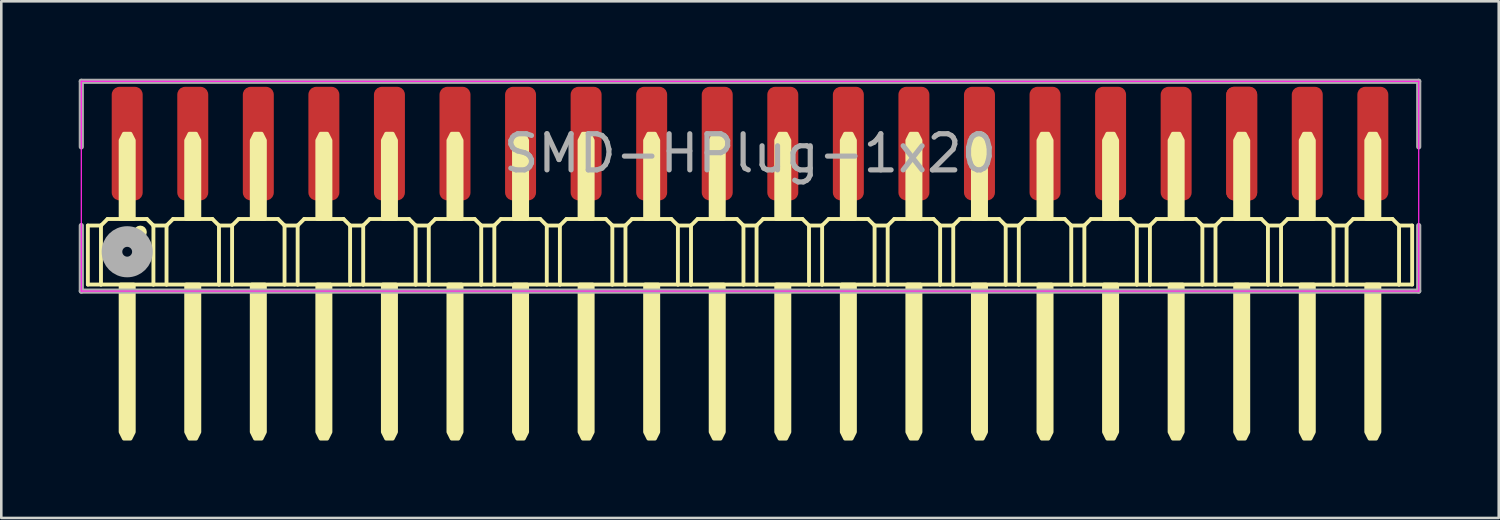
<source format=kicad_pcb>
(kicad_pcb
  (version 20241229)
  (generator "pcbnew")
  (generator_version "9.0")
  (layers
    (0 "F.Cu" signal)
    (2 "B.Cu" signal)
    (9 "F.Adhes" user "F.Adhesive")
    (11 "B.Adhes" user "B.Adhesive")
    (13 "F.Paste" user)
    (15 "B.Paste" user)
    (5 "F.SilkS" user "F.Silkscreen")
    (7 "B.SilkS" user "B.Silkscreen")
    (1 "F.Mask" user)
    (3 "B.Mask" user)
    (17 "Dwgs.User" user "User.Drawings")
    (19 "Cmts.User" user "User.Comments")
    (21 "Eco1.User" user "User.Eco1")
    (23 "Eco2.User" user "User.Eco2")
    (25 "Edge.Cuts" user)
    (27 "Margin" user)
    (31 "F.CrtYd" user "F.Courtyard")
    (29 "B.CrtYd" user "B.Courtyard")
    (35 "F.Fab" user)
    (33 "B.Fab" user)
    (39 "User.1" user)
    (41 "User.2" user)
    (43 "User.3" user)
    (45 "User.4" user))
  (footprint "SMD-HPlug-1x20"
    (layer "F.Cu")
    (at 26.008 6.704)
    (property "Reference" "SMD-HPlug-1x20" (at 0 -3.81 180) (layer "F.Fab") (effects (font (size 1.4 1.4) (thickness 0.2))))
    (attr through_hole)
    (fp_line (start -25.654 -1.016) (end -25.654 1.27) (stroke (width 0.15) (type solid)) (layer "F.SilkS"))
    (fp_line (start -25.146 -1.016) (end -25.654 -1.016) (stroke (width 0.15) (type solid)) (layer "F.SilkS"))
    (fp_line (start -25.146 -1.016) (end -25.146 1.27) (stroke (width 0.15) (type solid)) (layer "F.SilkS"))
    (fp_line (start -25.146 1.27) (end -25.654 1.27) (stroke (width 0.15) (type solid)) (layer "F.SilkS"))
    (fp_line (start -25.146 1.27) (end -23.114 1.27) (stroke (width 0.15) (type solid)) (layer "F.SilkS"))
    (fp_line (start -24.892 -1.27) (end -25.146 -1.016) (stroke (width 0.15) (type solid)) (layer "F.SilkS"))
    (fp_line (start -23.368 -1.27) (end -24.892 -1.27) (stroke (width 0.15) (type solid)) (layer "F.SilkS"))
    (fp_line (start -23.114 -1.016) (end -23.368 -1.27) (stroke (width 0.15) (type solid)) (layer "F.SilkS"))
    (fp_line (start -23.114 1.27) (end -23.114 -1.016) (stroke (width 0.15) (type solid)) (layer "F.SilkS"))
    (fp_line (start -22.606 -1.016) (end -23.114 -1.016) (stroke (width 0.15) (type solid)) (layer "F.SilkS"))
    (fp_line (start -22.606 -1.016) (end -22.606 1.27) (stroke (width 0.15) (type solid)) (layer "F.SilkS"))
    (fp_line (start -22.606 1.27) (end -23.114 1.27) (stroke (width 0.15) (type solid)) (layer "F.SilkS"))
    (fp_line (start -22.606 1.27) (end -20.574 1.27) (stroke (width 0.15) (type solid)) (layer "F.SilkS"))
    (fp_line (start -22.352 -1.27) (end -22.606 -1.016) (stroke (width 0.15) (type solid)) (layer "F.SilkS"))
    (fp_line (start -20.828 -1.27) (end -22.352 -1.27) (stroke (width 0.15) (type solid)) (layer "F.SilkS"))
    (fp_line (start -20.574 -1.016) (end -20.828 -1.27) (stroke (width 0.15) (type solid)) (layer "F.SilkS"))
    (fp_line (start -20.574 1.27) (end -20.574 -1.016) (stroke (width 0.15) (type solid)) (layer "F.SilkS"))
    (fp_line (start -20.066 -1.016) (end -20.574 -1.016) (stroke (width 0.15) (type solid)) (layer "F.SilkS"))
    (fp_line (start -20.066 -1.016) (end -20.066 1.27) (stroke (width 0.15) (type solid)) (layer "F.SilkS"))
    (fp_line (start -20.066 1.27) (end -20.574 1.27) (stroke (width 0.15) (type solid)) (layer "F.SilkS"))
    (fp_line (start -20.066 1.27) (end -18.034 1.27) (stroke (width 0.15) (type solid)) (layer "F.SilkS"))
    (fp_line (start -19.812 -1.27) (end -20.066 -1.016) (stroke (width 0.15) (type solid)) (layer "F.SilkS"))
    (fp_line (start -18.288 -1.27) (end -19.812 -1.27) (stroke (width 0.15) (type solid)) (layer "F.SilkS"))
    (fp_line (start -18.034 -1.016) (end -18.288 -1.27) (stroke (width 0.15) (type solid)) (layer "F.SilkS"))
    (fp_line (start -18.034 1.27) (end -18.034 -1.016) (stroke (width 0.15) (type solid)) (layer "F.SilkS"))
    (fp_line (start -17.526 -1.016) (end -18.034 -1.016) (stroke (width 0.15) (type solid)) (layer "F.SilkS"))
    (fp_line (start -17.526 -1.016) (end -17.526 1.27) (stroke (width 0.15) (type solid)) (layer "F.SilkS"))
    (fp_line (start -17.526 1.27) (end -18.034 1.27) (stroke (width 0.15) (type solid)) (layer "F.SilkS"))
    (fp_line (start -17.526 1.27) (end -15.494 1.27) (stroke (width 0.15) (type solid)) (layer "F.SilkS"))
    (fp_line (start -17.272 -1.27) (end -17.526 -1.016) (stroke (width 0.15) (type solid)) (layer "F.SilkS"))
    (fp_line (start -15.748 -1.27) (end -17.272 -1.27) (stroke (width 0.15) (type solid)) (layer "F.SilkS"))
    (fp_line (start -15.494 -1.016) (end -15.748 -1.27) (stroke (width 0.15) (type solid)) (layer "F.SilkS"))
    (fp_line (start -15.494 1.27) (end -15.494 -1.016) (stroke (width 0.15) (type solid)) (layer "F.SilkS"))
    (fp_line (start -14.986 -1.016) (end -15.494 -1.016) (stroke (width 0.15) (type solid)) (layer "F.SilkS"))
    (fp_line (start -14.986 -1.016) (end -14.986 1.27) (stroke (width 0.15) (type solid)) (layer "F.SilkS"))
    (fp_line (start -14.986 1.27) (end -15.494 1.27) (stroke (width 0.15) (type solid)) (layer "F.SilkS"))
    (fp_line (start -14.986 1.27) (end -12.954 1.27) (stroke (width 0.15) (type solid)) (layer "F.SilkS"))
    (fp_line (start -14.732 -1.27) (end -14.986 -1.016) (stroke (width 0.15) (type solid)) (layer "F.SilkS"))
    (fp_line (start -13.208 -1.27) (end -14.732 -1.27) (stroke (width 0.15) (type solid)) (layer "F.SilkS"))
    (fp_line (start -12.954 -1.016) (end -13.208 -1.27) (stroke (width 0.15) (type solid)) (layer "F.SilkS"))
    (fp_line (start -12.954 1.27) (end -12.954 -1.016) (stroke (width 0.15) (type solid)) (layer "F.SilkS"))
    (fp_line (start -12.446 -1.016) (end -12.954 -1.016) (stroke (width 0.15) (type solid)) (layer "F.SilkS"))
    (fp_line (start -12.446 -1.016) (end -12.446 1.27) (stroke (width 0.15) (type solid)) (layer "F.SilkS"))
    (fp_line (start -12.446 1.27) (end -12.954 1.27) (stroke (width 0.15) (type solid)) (layer "F.SilkS"))
    (fp_line (start -12.446 1.27) (end -10.414 1.27) (stroke (width 0.15) (type solid)) (layer "F.SilkS"))
    (fp_line (start -12.192 -1.27) (end -12.446 -1.016) (stroke (width 0.15) (type solid)) (layer "F.SilkS"))
    (fp_line (start -10.668 -1.27) (end -12.192 -1.27) (stroke (width 0.15) (type solid)) (layer "F.SilkS"))
    (fp_line (start -10.414 -1.016) (end -10.668 -1.27) (stroke (width 0.15) (type solid)) (layer "F.SilkS"))
    (fp_line (start -10.414 1.27) (end -10.414 -1.016) (stroke (width 0.15) (type solid)) (layer "F.SilkS"))
    (fp_line (start -10.414 1.27) (end -9.906 1.27) (stroke (width 0.15) (type solid)) (layer "F.SilkS"))
    (fp_line (start -9.906 -1.016) (end -10.414 -1.016) (stroke (width 0.15) (type solid)) (layer "F.SilkS"))
    (fp_line (start -9.906 -1.016) (end -9.906 1.27) (stroke (width 0.15) (type solid)) (layer "F.SilkS"))
    (fp_line (start -9.906 1.27) (end -7.874 1.27) (stroke (width 0.15) (type solid)) (layer "F.SilkS"))
    (fp_line (start -9.652 -1.27) (end -9.906 -1.016) (stroke (width 0.15) (type solid)) (layer "F.SilkS"))
    (fp_line (start -8.128 -1.27) (end -9.652 -1.27) (stroke (width 0.15) (type solid)) (layer "F.SilkS"))
    (fp_line (start -7.874 -1.016) (end -8.128 -1.27) (stroke (width 0.15) (type solid)) (layer "F.SilkS"))
    (fp_line (start -7.874 1.27) (end -7.874 -1.016) (stroke (width 0.15) (type solid)) (layer "F.SilkS"))
    (fp_line (start -7.366 -1.016) (end -7.874 -1.016) (stroke (width 0.15) (type solid)) (layer "F.SilkS"))
    (fp_line (start -7.366 -1.016) (end -7.366 1.27) (stroke (width 0.15) (type solid)) (layer "F.SilkS"))
    (fp_line (start -7.366 1.27) (end -7.874 1.27) (stroke (width 0.15) (type solid)) (layer "F.SilkS"))
    (fp_line (start -7.366 1.27) (end -5.334 1.27) (stroke (width 0.15) (type solid)) (layer "F.SilkS"))
    (fp_line (start -7.112 -1.27) (end -7.366 -1.016) (stroke (width 0.15) (type solid)) (layer "F.SilkS"))
    (fp_line (start -5.588 -1.27) (end -7.112 -1.27) (stroke (width 0.15) (type solid)) (layer "F.SilkS"))
    (fp_line (start -5.334 -1.016) (end -5.588 -1.27) (stroke (width 0.15) (type solid)) (layer "F.SilkS"))
    (fp_line (start -5.334 1.27) (end -5.334 -1.016) (stroke (width 0.15) (type solid)) (layer "F.SilkS"))
    (fp_line (start -5.334 1.27) (end -4.826 1.27) (stroke (width 0.15) (type solid)) (layer "F.SilkS"))
    (fp_line (start -4.826 -1.016) (end -5.334 -1.016) (stroke (width 0.15) (type solid)) (layer "F.SilkS"))
    (fp_line (start -4.826 -1.016) (end -4.826 1.27) (stroke (width 0.15) (type solid)) (layer "F.SilkS"))
    (fp_line (start -4.826 1.27) (end -2.794 1.27) (stroke (width 0.15) (type solid)) (layer "F.SilkS"))
    (fp_line (start -4.572 -1.27) (end -4.826 -1.016) (stroke (width 0.15) (type solid)) (layer "F.SilkS"))
    (fp_line (start -3.048 -1.27) (end -4.572 -1.27) (stroke (width 0.15) (type solid)) (layer "F.SilkS"))
    (fp_line (start -2.794 -1.016) (end -3.048 -1.27) (stroke (width 0.15) (type solid)) (layer "F.SilkS"))
    (fp_line (start -2.794 1.27) (end -2.794 -1.016) (stroke (width 0.15) (type solid)) (layer "F.SilkS"))
    (fp_line (start -2.286 -1.016) (end -2.794 -1.016) (stroke (width 0.15) (type solid)) (layer "F.SilkS"))
    (fp_line (start -2.286 -1.016) (end -2.286 1.27) (stroke (width 0.15) (type solid)) (layer "F.SilkS"))
    (fp_line (start -2.286 1.27) (end -2.794 1.27) (stroke (width 0.15) (type solid)) (layer "F.SilkS"))
    (fp_line (start -2.286 1.27) (end -0.254 1.27) (stroke (width 0.15) (type solid)) (layer "F.SilkS"))
    (fp_line (start -2.032 -1.27) (end -2.286 -1.016) (stroke (width 0.15) (type solid)) (layer "F.SilkS"))
    (fp_line (start -0.508 -1.27) (end -2.032 -1.27) (stroke (width 0.15) (type solid)) (layer "F.SilkS"))
    (fp_line (start -0.254 -1.016) (end -0.508 -1.27) (stroke (width 0.15) (type solid)) (layer "F.SilkS"))
    (fp_line (start -0.254 1.27) (end -0.254 -1.016) (stroke (width 0.15) (type solid)) (layer "F.SilkS"))
    (fp_line (start 0.254 -1.016) (end -0.254 -1.016) (stroke (width 0.15) (type solid)) (layer "F.SilkS"))
    (fp_line (start 0.254 -1.016) (end 0.254 1.27) (stroke (width 0.15) (type solid)) (layer "F.SilkS"))
    (fp_line (start 0.254 1.27) (end -0.254 1.27) (stroke (width 0.15) (type solid)) (layer "F.SilkS"))
    (fp_line (start 0.254 1.27) (end 2.286 1.27) (stroke (width 0.15) (type solid)) (layer "F.SilkS"))
    (fp_line (start 0.508 -1.27) (end 0.254 -1.016) (stroke (width 0.15) (type solid)) (layer "F.SilkS"))
    (fp_line (start 2.032 -1.27) (end 0.508 -1.27) (stroke (width 0.15) (type solid)) (layer "F.SilkS"))
    (fp_line (start 2.286 -1.016) (end 2.032 -1.27) (stroke (width 0.15) (type solid)) (layer "F.SilkS"))
    (fp_line (start 2.286 1.27) (end 2.286 -1.016) (stroke (width 0.15) (type solid)) (layer "F.SilkS"))
    (fp_line (start 2.794 -1.016) (end 2.286 -1.016) (stroke (width 0.15) (type solid)) (layer "F.SilkS"))
    (fp_line (start 2.794 -1.016) (end 2.794 1.27) (stroke (width 0.15) (type solid)) (layer "F.SilkS"))
    (fp_line (start 2.794 1.27) (end 2.286 1.27) (stroke (width 0.15) (type solid)) (layer "F.SilkS"))
    (fp_line (start 2.794 1.27) (end 4.826 1.27) (stroke (width 0.15) (type solid)) (layer "F.SilkS"))
    (fp_line (start 3.048 -1.27) (end 2.794 -1.016) (stroke (width 0.15) (type solid)) (layer "F.SilkS"))
    (fp_line (start 4.572 -1.27) (end 3.048 -1.27) (stroke (width 0.15) (type solid)) (layer "F.SilkS"))
    (fp_line (start 4.826 -1.016) (end 4.572 -1.27) (stroke (width 0.15) (type solid)) (layer "F.SilkS"))
    (fp_line (start 4.826 1.27) (end 4.826 -1.016) (stroke (width 0.15) (type solid)) (layer "F.SilkS"))
    (fp_line (start 5.334 -1.016) (end 4.826 -1.016) (stroke (width 0.15) (type solid)) (layer "F.SilkS"))
    (fp_line (start 5.334 -1.016) (end 5.334 1.27) (stroke (width 0.15) (type solid)) (layer "F.SilkS"))
    (fp_line (start 5.334 1.27) (end 4.826 1.27) (stroke (width 0.15) (type solid)) (layer "F.SilkS"))
    (fp_line (start 5.334 1.27) (end 7.366 1.27) (stroke (width 0.15) (type solid)) (layer "F.SilkS"))
    (fp_line (start 5.588 -1.27) (end 5.334 -1.016) (stroke (width 0.15) (type solid)) (layer "F.SilkS"))
    (fp_line (start 7.112 -1.27) (end 5.588 -1.27) (stroke (width 0.15) (type solid)) (layer "F.SilkS"))
    (fp_line (start 7.366 -1.016) (end 7.112 -1.27) (stroke (width 0.15) (type solid)) (layer "F.SilkS"))
    (fp_line (start 7.366 1.27) (end 7.366 -1.016) (stroke (width 0.15) (type solid)) (layer "F.SilkS"))
    (fp_line (start 7.874 -1.016) (end 7.366 -1.016) (stroke (width 0.15) (type solid)) (layer "F.SilkS"))
    (fp_line (start 7.874 -1.016) (end 7.874 1.27) (stroke (width 0.15) (type solid)) (layer "F.SilkS"))
    (fp_line (start 7.874 1.27) (end 7.366 1.27) (stroke (width 0.15) (type solid)) (layer "F.SilkS"))
    (fp_line (start 7.874 1.27) (end 9.906 1.27) (stroke (width 0.15) (type solid)) (layer "F.SilkS"))
    (fp_line (start 8.128 -1.27) (end 7.874 -1.016) (stroke (width 0.15) (type solid)) (layer "F.SilkS"))
    (fp_line (start 9.652 -1.27) (end 8.128 -1.27) (stroke (width 0.15) (type solid)) (layer "F.SilkS"))
    (fp_line (start 9.906 -1.016) (end 9.652 -1.27) (stroke (width 0.15) (type solid)) (layer "F.SilkS"))
    (fp_line (start 9.906 1.27) (end 9.906 -1.016) (stroke (width 0.15) (type solid)) (layer "F.SilkS"))
    (fp_line (start 10.414 -1.016) (end 9.906 -1.016) (stroke (width 0.15) (type solid)) (layer "F.SilkS"))
    (fp_line (start 10.414 -1.016) (end 10.414 1.27) (stroke (width 0.15) (type solid)) (layer "F.SilkS"))
    (fp_line (start 10.414 1.27) (end 9.906 1.27) (stroke (width 0.15) (type solid)) (layer "F.SilkS"))
    (fp_line (start 10.414 1.27) (end 12.446 1.27) (stroke (width 0.15) (type solid)) (layer "F.SilkS"))
    (fp_line (start 10.668 -1.27) (end 10.414 -1.016) (stroke (width 0.15) (type solid)) (layer "F.SilkS"))
    (fp_line (start 12.192 -1.27) (end 10.668 -1.27) (stroke (width 0.15) (type solid)) (layer "F.SilkS"))
    (fp_line (start 12.446 -1.016) (end 12.192 -1.27) (stroke (width 0.15) (type solid)) (layer "F.SilkS"))
    (fp_line (start 12.446 1.27) (end 12.446 -1.016) (stroke (width 0.15) (type solid)) (layer "F.SilkS"))
    (fp_line (start 12.954 -1.016) (end 12.446 -1.016) (stroke (width 0.15) (type solid)) (layer "F.SilkS"))
    (fp_line (start 12.954 -1.016) (end 12.954 1.27) (stroke (width 0.15) (type solid)) (layer "F.SilkS"))
    (fp_line (start 12.954 1.27) (end 12.446 1.27) (stroke (width 0.15) (type solid)) (layer "F.SilkS"))
    (fp_line (start 12.954 1.27) (end 14.986 1.27) (stroke (width 0.15) (type solid)) (layer "F.SilkS"))
    (fp_line (start 13.208 -1.27) (end 12.954 -1.016) (stroke (width 0.15) (type solid)) (layer "F.SilkS"))
    (fp_line (start 14.732 -1.27) (end 13.208 -1.27) (stroke (width 0.15) (type solid)) (layer "F.SilkS"))
    (fp_line (start 14.986 -1.016) (end 14.732 -1.27) (stroke (width 0.15) (type solid)) (layer "F.SilkS"))
    (fp_line (start 14.986 1.27) (end 14.986 -1.016) (stroke (width 0.15) (type solid)) (layer "F.SilkS"))
    (fp_line (start 14.986 1.27) (end 15.494 1.27) (stroke (width 0.15) (type solid)) (layer "F.SilkS"))
    (fp_line (start 15.494 -1.016) (end 14.986 -1.016) (stroke (width 0.15) (type solid)) (layer "F.SilkS"))
    (fp_line (start 15.494 -1.016) (end 15.494 1.27) (stroke (width 0.15) (type solid)) (layer "F.SilkS"))
    (fp_line (start 15.494 1.27) (end 17.526 1.27) (stroke (width 0.15) (type solid)) (layer "F.SilkS"))
    (fp_line (start 15.748 -1.27) (end 15.494 -1.016) (stroke (width 0.15) (type solid)) (layer "F.SilkS"))
    (fp_line (start 17.272 -1.27) (end 15.748 -1.27) (stroke (width 0.15) (type solid)) (layer "F.SilkS"))
    (fp_line (start 17.526 -1.016) (end 17.272 -1.27) (stroke (width 0.15) (type solid)) (layer "F.SilkS"))
    (fp_line (start 17.526 1.27) (end 17.526 -1.016) (stroke (width 0.15) (type solid)) (layer "F.SilkS"))
    (fp_line (start 18.034 -1.016) (end 17.526 -1.016) (stroke (width 0.15) (type solid)) (layer "F.SilkS"))
    (fp_line (start 18.034 -1.016) (end 18.034 1.27) (stroke (width 0.15) (type solid)) (layer "F.SilkS"))
    (fp_line (start 18.034 1.27) (end 17.526 1.27) (stroke (width 0.15) (type solid)) (layer "F.SilkS"))
    (fp_line (start 18.034 1.27) (end 20.066 1.27) (stroke (width 0.15) (type solid)) (layer "F.SilkS"))
    (fp_line (start 18.288 -1.27) (end 18.034 -1.016) (stroke (width 0.15) (type solid)) (layer "F.SilkS"))
    (fp_line (start 19.812 -1.27) (end 18.288 -1.27) (stroke (width 0.15) (type solid)) (layer "F.SilkS"))
    (fp_line (start 20.066 -1.016) (end 19.812 -1.27) (stroke (width 0.15) (type solid)) (layer "F.SilkS"))
    (fp_line (start 20.066 1.27) (end 20.066 -1.016) (stroke (width 0.15) (type solid)) (layer "F.SilkS"))
    (fp_line (start 20.066 1.27) (end 20.574 1.27) (stroke (width 0.15) (type solid)) (layer "F.SilkS"))
    (fp_line (start 20.574 -1.016) (end 20.066 -1.016) (stroke (width 0.15) (type solid)) (layer "F.SilkS"))
    (fp_line (start 20.574 -1.016) (end 20.574 1.27) (stroke (width 0.15) (type solid)) (layer "F.SilkS"))
    (fp_line (start 20.574 1.27) (end 22.606 1.27) (stroke (width 0.15) (type solid)) (layer "F.SilkS"))
    (fp_line (start 20.828 -1.27) (end 20.574 -1.016) (stroke (width 0.15) (type solid)) (layer "F.SilkS"))
    (fp_line (start 22.352 -1.27) (end 20.828 -1.27) (stroke (width 0.15) (type solid)) (layer "F.SilkS"))
    (fp_line (start 22.606 -1.016) (end 22.352 -1.27) (stroke (width 0.15) (type solid)) (layer "F.SilkS"))
    (fp_line (start 22.606 1.27) (end 22.606 -1.016) (stroke (width 0.15) (type solid)) (layer "F.SilkS"))
    (fp_line (start 23.114 -1.016) (end 22.606 -1.016) (stroke (width 0.15) (type solid)) (layer "F.SilkS"))
    (fp_line (start 23.114 -1.016) (end 23.114 1.27) (stroke (width 0.15) (type solid)) (layer "F.SilkS"))
    (fp_line (start 23.114 1.27) (end 22.606 1.27) (stroke (width 0.15) (type solid)) (layer "F.SilkS"))
    (fp_line (start 23.114 1.27) (end 25.146 1.27) (stroke (width 0.15) (type solid)) (layer "F.SilkS"))
    (fp_line (start 23.368 -1.27) (end 23.114 -1.016) (stroke (width 0.15) (type solid)) (layer "F.SilkS"))
    (fp_line (start 24.892 -1.27) (end 23.368 -1.27) (stroke (width 0.15) (type solid)) (layer "F.SilkS"))
    (fp_line (start 25.146 -1.016) (end 24.892 -1.27) (stroke (width 0.15) (type solid)) (layer "F.SilkS"))
    (fp_line (start 25.146 1.27) (end 25.146 -1.016) (stroke (width 0.15) (type solid)) (layer "F.SilkS"))
    (fp_line (start 25.146 1.27) (end 25.654 1.27) (stroke (width 0.15) (type solid)) (layer "F.SilkS"))
    (fp_line (start 25.654 -1.016) (end 25.146 -1.016) (stroke (width 0.15) (type solid)) (layer "F.SilkS"))
    (fp_line (start 25.654 1.27) (end 25.654 -1.016) (stroke (width 0.15) (type solid)) (layer "F.SilkS"))
    (fp_circle (center -23.622 -0.762) (end -23.622 -0.635) (stroke (width 0.25) (type solid)) (fill no) (layer "F.SilkS"))
    (fp_poly (pts (xy -24.384 -1.27) (xy -24.384 -4.318) (xy -24.257 -4.572) (xy -24.003 -4.572) (xy -23.876 -4.318) (xy -23.876 -1.27)) (stroke (width 0.15) (type solid)) (fill yes) (layer "F.SilkS"))
    (fp_poly (pts (xy -24.384 1.27) (xy -24.384 6.985) (xy -24.257 7.239) (xy -24.003 7.239) (xy -23.876 6.985) (xy -23.876 1.27)) (stroke (width 0.15) (type solid)) (fill yes) (layer "F.SilkS"))
    (fp_poly (pts (xy -21.844 -1.27) (xy -21.844 -4.318) (xy -21.717 -4.572) (xy -21.463 -4.572) (xy -21.336 -4.318) (xy -21.336 -1.27)) (stroke (width 0.15) (type solid)) (fill yes) (layer "F.SilkS"))
    (fp_poly (pts (xy -21.844 1.27) (xy -21.844 6.985) (xy -21.717 7.239) (xy -21.463 7.239) (xy -21.336 6.985) (xy -21.336 1.27)) (stroke (width 0.15) (type solid)) (fill yes) (layer "F.SilkS"))
    (fp_poly (pts (xy -19.304 -1.27) (xy -19.304 -4.318) (xy -19.177 -4.572) (xy -18.923 -4.572) (xy -18.796 -4.318) (xy -18.796 -1.27)) (stroke (width 0.15) (type solid)) (fill yes) (layer "F.SilkS"))
    (fp_poly (pts (xy -19.304 1.27) (xy -19.304 6.985) (xy -19.177 7.239) (xy -18.923 7.239) (xy -18.796 6.985) (xy -18.796 1.27)) (stroke (width 0.15) (type solid)) (fill yes) (layer "F.SilkS"))
    (fp_poly (pts (xy -16.764 -1.27) (xy -16.764 -4.318) (xy -16.637 -4.572) (xy -16.383 -4.572) (xy -16.256 -4.318) (xy -16.256 -1.27)) (stroke (width 0.15) (type solid)) (fill yes) (layer "F.SilkS"))
    (fp_poly (pts (xy -16.764 1.27) (xy -16.764 6.985) (xy -16.637 7.239) (xy -16.383 7.239) (xy -16.256 6.985) (xy -16.256 1.27)) (stroke (width 0.15) (type solid)) (fill yes) (layer "F.SilkS"))
    (fp_poly (pts (xy -14.224 -1.27) (xy -14.224 -4.318) (xy -14.097 -4.572) (xy -13.843 -4.572) (xy -13.716 -4.318) (xy -13.716 -1.27)) (stroke (width 0.15) (type solid)) (fill yes) (layer "F.SilkS"))
    (fp_poly (pts (xy -14.224 1.27) (xy -14.224 6.985) (xy -14.097 7.239) (xy -13.843 7.239) (xy -13.716 6.985) (xy -13.716 1.27)) (stroke (width 0.15) (type solid)) (fill yes) (layer "F.SilkS"))
    (fp_poly (pts (xy -11.684 -1.27) (xy -11.684 -4.318) (xy -11.557 -4.572) (xy -11.303 -4.572) (xy -11.176 -4.318) (xy -11.176 -1.27)) (stroke (width 0.15) (type solid)) (fill yes) (layer "F.SilkS"))
    (fp_poly (pts (xy -11.684 1.27) (xy -11.684 6.985) (xy -11.557 7.239) (xy -11.303 7.239) (xy -11.176 6.985) (xy -11.176 1.27)) (stroke (width 0.15) (type solid)) (fill yes) (layer "F.SilkS"))
    (fp_poly (pts (xy -9.144 -1.27) (xy -9.144 -4.318) (xy -9.017 -4.572) (xy -8.763 -4.572) (xy -8.636 -4.318) (xy -8.636 -1.27)) (stroke (width 0.15) (type solid)) (fill yes) (layer "F.SilkS"))
    (fp_poly (pts (xy -9.144 1.27) (xy -9.144 6.985) (xy -9.017 7.239) (xy -8.763 7.239) (xy -8.636 6.985) (xy -8.636 1.27)) (stroke (width 0.15) (type solid)) (fill yes) (layer "F.SilkS"))
    (fp_poly (pts (xy -6.604 -1.27) (xy -6.604 -4.318) (xy -6.477 -4.572) (xy -6.223 -4.572) (xy -6.096 -4.318) (xy -6.096 -1.27)) (stroke (width 0.15) (type solid)) (fill yes) (layer "F.SilkS"))
    (fp_poly (pts (xy -6.604 1.27) (xy -6.604 6.985) (xy -6.477 7.239) (xy -6.223 7.239) (xy -6.096 6.985) (xy -6.096 1.27)) (stroke (width 0.15) (type solid)) (fill yes) (layer "F.SilkS"))
    (fp_poly (pts (xy -4.064 -1.27) (xy -4.064 -4.318) (xy -3.937 -4.572) (xy -3.683 -4.572) (xy -3.556 -4.318) (xy -3.556 -1.27)) (stroke (width 0.15) (type solid)) (fill yes) (layer "F.SilkS"))
    (fp_poly (pts (xy -4.064 1.27) (xy -4.064 6.985) (xy -3.937 7.239) (xy -3.683 7.239) (xy -3.556 6.985) (xy -3.556 1.27)) (stroke (width 0.15) (type solid)) (fill yes) (layer "F.SilkS"))
    (fp_poly (pts (xy -1.524 -1.27) (xy -1.524 -4.318) (xy -1.397 -4.572) (xy -1.143 -4.572) (xy -1.016 -4.318) (xy -1.016 -1.27)) (stroke (width 0.15) (type solid)) (fill yes) (layer "F.SilkS"))
    (fp_poly (pts (xy -1.524 1.27) (xy -1.524 6.985) (xy -1.397 7.239) (xy -1.143 7.239) (xy -1.016 6.985) (xy -1.016 1.27)) (stroke (width 0.15) (type solid)) (fill yes) (layer "F.SilkS"))
    (fp_poly (pts (xy 1.016 -1.27) (xy 1.016 -4.318) (xy 1.143 -4.572) (xy 1.397 -4.572) (xy 1.524 -4.318) (xy 1.524 -1.27)) (stroke (width 0.15) (type solid)) (fill yes) (layer "F.SilkS"))
    (fp_poly (pts (xy 1.016 1.27) (xy 1.016 6.985) (xy 1.143 7.239) (xy 1.397 7.239) (xy 1.524 6.985) (xy 1.524 1.27)) (stroke (width 0.15) (type solid)) (fill yes) (layer "F.SilkS"))
    (fp_poly (pts (xy 3.556 -1.27) (xy 3.556 -4.318) (xy 3.683 -4.572) (xy 3.937 -4.572) (xy 4.064 -4.318) (xy 4.064 -1.27)) (stroke (width 0.15) (type solid)) (fill yes) (layer "F.SilkS"))
    (fp_poly (pts (xy 3.556 1.27) (xy 3.556 6.985) (xy 3.683 7.239) (xy 3.937 7.239) (xy 4.064 6.985) (xy 4.064 1.27)) (stroke (width 0.15) (type solid)) (fill yes) (layer "F.SilkS"))
    (fp_poly (pts (xy 6.096 -1.27) (xy 6.096 -4.318) (xy 6.223 -4.572) (xy 6.477 -4.572) (xy 6.604 -4.318) (xy 6.604 -1.27)) (stroke (width 0.15) (type solid)) (fill yes) (layer "F.SilkS"))
    (fp_poly (pts (xy 6.096 1.27) (xy 6.096 6.985) (xy 6.223 7.239) (xy 6.477 7.239) (xy 6.604 6.985) (xy 6.604 1.27)) (stroke (width 0.15) (type solid)) (fill yes) (layer "F.SilkS"))
    (fp_poly (pts (xy 8.636 -1.27) (xy 8.636 -4.318) (xy 8.763 -4.572) (xy 9.017 -4.572) (xy 9.144 -4.318) (xy 9.144 -1.27)) (stroke (width 0.15) (type solid)) (fill yes) (layer "F.SilkS"))
    (fp_poly (pts (xy 8.636 1.27) (xy 8.636 6.985) (xy 8.763 7.239) (xy 9.017 7.239) (xy 9.144 6.985) (xy 9.144 1.27)) (stroke (width 0.15) (type solid)) (fill yes) (layer "F.SilkS"))
    (fp_poly (pts (xy 11.176 -1.27) (xy 11.176 -4.318) (xy 11.303 -4.572) (xy 11.557 -4.572) (xy 11.684 -4.318) (xy 11.684 -1.27)) (stroke (width 0.15) (type solid)) (fill yes) (layer "F.SilkS"))
    (fp_poly (pts (xy 11.176 1.27) (xy 11.176 6.985) (xy 11.303 7.239) (xy 11.557 7.239) (xy 11.684 6.985) (xy 11.684 1.27)) (stroke (width 0.15) (type solid)) (fill yes) (layer "F.SilkS"))
    (fp_poly (pts (xy 13.716 -1.27) (xy 13.716 -4.318) (xy 13.843 -4.572) (xy 14.097 -4.572) (xy 14.224 -4.318) (xy 14.224 -1.27)) (stroke (width 0.15) (type solid)) (fill yes) (layer "F.SilkS"))
    (fp_poly (pts (xy 13.716 1.27) (xy 13.716 6.985) (xy 13.843 7.239) (xy 14.097 7.239) (xy 14.224 6.985) (xy 14.224 1.27)) (stroke (width 0.15) (type solid)) (fill yes) (layer "F.SilkS"))
    (fp_poly (pts (xy 16.256 -1.27) (xy 16.256 -4.318) (xy 16.383 -4.572) (xy 16.637 -4.572) (xy 16.764 -4.318) (xy 16.764 -1.27)) (stroke (width 0.15) (type solid)) (fill yes) (layer "F.SilkS"))
    (fp_poly (pts (xy 16.256 1.27) (xy 16.256 6.985) (xy 16.383 7.239) (xy 16.637 7.239) (xy 16.764 6.985) (xy 16.764 1.27)) (stroke (width 0.15) (type solid)) (fill yes) (layer "F.SilkS"))
    (fp_poly (pts (xy 18.796 -1.27) (xy 18.796 -4.318) (xy 18.923 -4.572) (xy 19.177 -4.572) (xy 19.304 -4.318) (xy 19.304 -1.27)) (stroke (width 0.15) (type solid)) (fill yes) (layer "F.SilkS"))
    (fp_poly (pts (xy 18.796 1.27) (xy 18.796 6.985) (xy 18.923 7.239) (xy 19.177 7.239) (xy 19.304 6.985) (xy 19.304 1.27)) (stroke (width 0.15) (type solid)) (fill yes) (layer "F.SilkS"))
    (fp_poly (pts (xy 21.336 -1.27) (xy 21.336 -4.318) (xy 21.463 -4.572) (xy 21.717 -4.572) (xy 21.844 -4.318) (xy 21.844 -1.27)) (stroke (width 0.15) (type solid)) (fill yes) (layer "F.SilkS"))
    (fp_poly (pts (xy 21.336 1.27) (xy 21.336 6.985) (xy 21.463 7.239) (xy 21.717 7.239) (xy 21.844 6.985) (xy 21.844 1.27)) (stroke (width 0.15) (type solid)) (fill yes) (layer "F.SilkS"))
    (fp_poly (pts (xy 23.876 -1.27) (xy 23.876 -4.318) (xy 24.003 -4.572) (xy 24.257 -4.572) (xy 24.384 -4.318) (xy 24.384 -1.27)) (stroke (width 0.15) (type solid)) (fill yes) (layer "F.SilkS"))
    (fp_poly (pts (xy 23.876 1.27) (xy 23.876 6.985) (xy 24.003 7.239) (xy 24.257 7.239) (xy 24.384 6.985) (xy 24.384 1.27)) (stroke (width 0.15) (type solid)) (fill yes) (layer "F.SilkS"))
    (fp_line (start -25.908 -6.604) (end 25.908 -6.604) (stroke (width 0.05) (type solid)) (layer "F.CrtYd"))
    (fp_line (start -25.908 1.524) (end -25.908 -6.604) (stroke (width 0.05) (type solid)) (layer "F.CrtYd"))
    (fp_line (start 25.908 -6.604) (end 25.908 1.524) (stroke (width 0.05) (type solid)) (layer "F.CrtYd"))
    (fp_line (start 25.908 1.524) (end -25.908 1.524) (stroke (width 0.05) (type solid)) (layer "F.CrtYd"))
    (fp_line (start -25.908 -6.604) (end 25.908 -6.604) (stroke (width 0.2) (type solid)) (layer "F.Fab"))
    (fp_line (start -25.908 -4.064) (end -25.908 -6.604) (stroke (width 0.2) (type solid)) (layer "F.Fab"))
    (fp_line (start -25.908 1.524) (end -25.908 -1.016) (stroke (width 0.2) (type solid)) (layer "F.Fab"))
    (fp_line (start 25.908 -4.064) (end 25.908 -6.604) (stroke (width 0.2) (type solid)) (layer "F.Fab"))
    (fp_line (start 25.908 1.524) (end -25.908 1.524) (stroke (width 0.2) (type solid)) (layer "F.Fab"))
    (fp_line (start 25.908 1.524) (end 25.908 -1.016) (stroke (width 0.2) (type solid)) (layer "F.Fab"))
    (fp_circle (center -24.13 0) (end -24.32 0) (stroke (width 0.8) (type solid)) (fill no) (layer "F.Fab"))
    (pad "1" smd roundrect (at -24.13 -4.191 270) (size 4.4 1.2) (layers "F.Cu" "F.Mask" "F.Paste") (roundrect_rratio 0.25))
    (pad "2" smd roundrect (at -21.59 -4.191 270) (size 4.4 1.2) (layers "F.Cu" "F.Mask" "F.Paste") (roundrect_rratio 0.25))
    (pad "3" smd roundrect (at -19.05 -4.191 270) (size 4.4 1.2) (layers "F.Cu" "F.Mask" "F.Paste") (roundrect_rratio 0.25))
    (pad "4" smd roundrect (at -16.51 -4.191 270) (size 4.4 1.2) (layers "F.Cu" "F.Mask" "F.Paste") (roundrect_rratio 0.25))
    (pad "5" smd roundrect (at -13.97 -4.191 270) (size 4.4 1.2) (layers "F.Cu" "F.Mask" "F.Paste") (roundrect_rratio 0.25))
    (pad "6" smd roundrect (at -11.43 -4.191 270) (size 4.4 1.2) (layers "F.Cu" "F.Mask" "F.Paste") (roundrect_rratio 0.25))
    (pad "7" smd roundrect (at -8.89 -4.191 270) (size 4.4 1.2) (layers "F.Cu" "F.Mask" "F.Paste") (roundrect_rratio 0.25))
    (pad "8" smd roundrect (at -6.35 -4.191 270) (size 4.4 1.2) (layers "F.Cu" "F.Mask" "F.Paste") (roundrect_rratio 0.25))
    (pad "9" smd roundrect (at -3.81 -4.191 270) (size 4.4 1.2) (layers "F.Cu" "F.Mask" "F.Paste") (roundrect_rratio 0.25))
    (pad "10" smd roundrect (at -1.27 -4.191 270) (size 4.4 1.2) (layers "F.Cu" "F.Mask" "F.Paste") (roundrect_rratio 0.25))
    (pad "11" smd roundrect (at 1.27 -4.191 270) (size 4.4 1.2) (layers "F.Cu" "F.Mask" "F.Paste") (roundrect_rratio 0.25))
    (pad "12" smd roundrect (at 3.81 -4.191 270) (size 4.4 1.2) (layers "F.Cu" "F.Mask" "F.Paste") (roundrect_rratio 0.25))
    (pad "13" smd roundrect (at 6.35 -4.191 270) (size 4.4 1.2) (layers "F.Cu" "F.Mask" "F.Paste") (roundrect_rratio 0.25))
    (pad "14" smd roundrect (at 8.89 -4.191 270) (size 4.4 1.2) (layers "F.Cu" "F.Mask" "F.Paste") (roundrect_rratio 0.25))
    (pad "15" smd roundrect (at 11.43 -4.191 270) (size 4.4 1.2) (layers "F.Cu" "F.Mask" "F.Paste") (roundrect_rratio 0.25))
    (pad "16" smd roundrect (at 13.97 -4.191 270) (size 4.4 1.2) (layers "F.Cu" "F.Mask" "F.Paste") (roundrect_rratio 0.25))
    (pad "17" smd roundrect (at 16.51 -4.191 270) (size 4.4 1.2) (layers "F.Cu" "F.Mask" "F.Paste") (roundrect_rratio 0.25))
    (pad "18" smd roundrect (at 19.05 -4.191 270) (size 4.4 1.2) (layers "F.Cu" "F.Mask" "F.Paste") (roundrect_rratio 0.25))
    (pad "19" smd roundrect (at 19.05 -4.191 270) (size 4.4 1.2) (layers "F.Cu" "F.Mask" "F.Paste") (roundrect_rratio 0.25))
    (pad "19" smd roundrect (at 21.59 -4.191 270) (size 4.4 1.2) (layers "F.Cu" "F.Mask" "F.Paste") (roundrect_rratio 0.25))
    (pad "20" smd roundrect (at 24.13 -4.191 270) (size 4.4 1.2) (layers "F.Cu" "F.Mask" "F.Paste") (roundrect_rratio 0.25)))
  (gr_rect
    (start -3 -3)
    (end 55.016 17.018)
    (stroke (width 0.1) (type default))
    (fill no)
    (layer "Edge.Cuts")))
</source>
